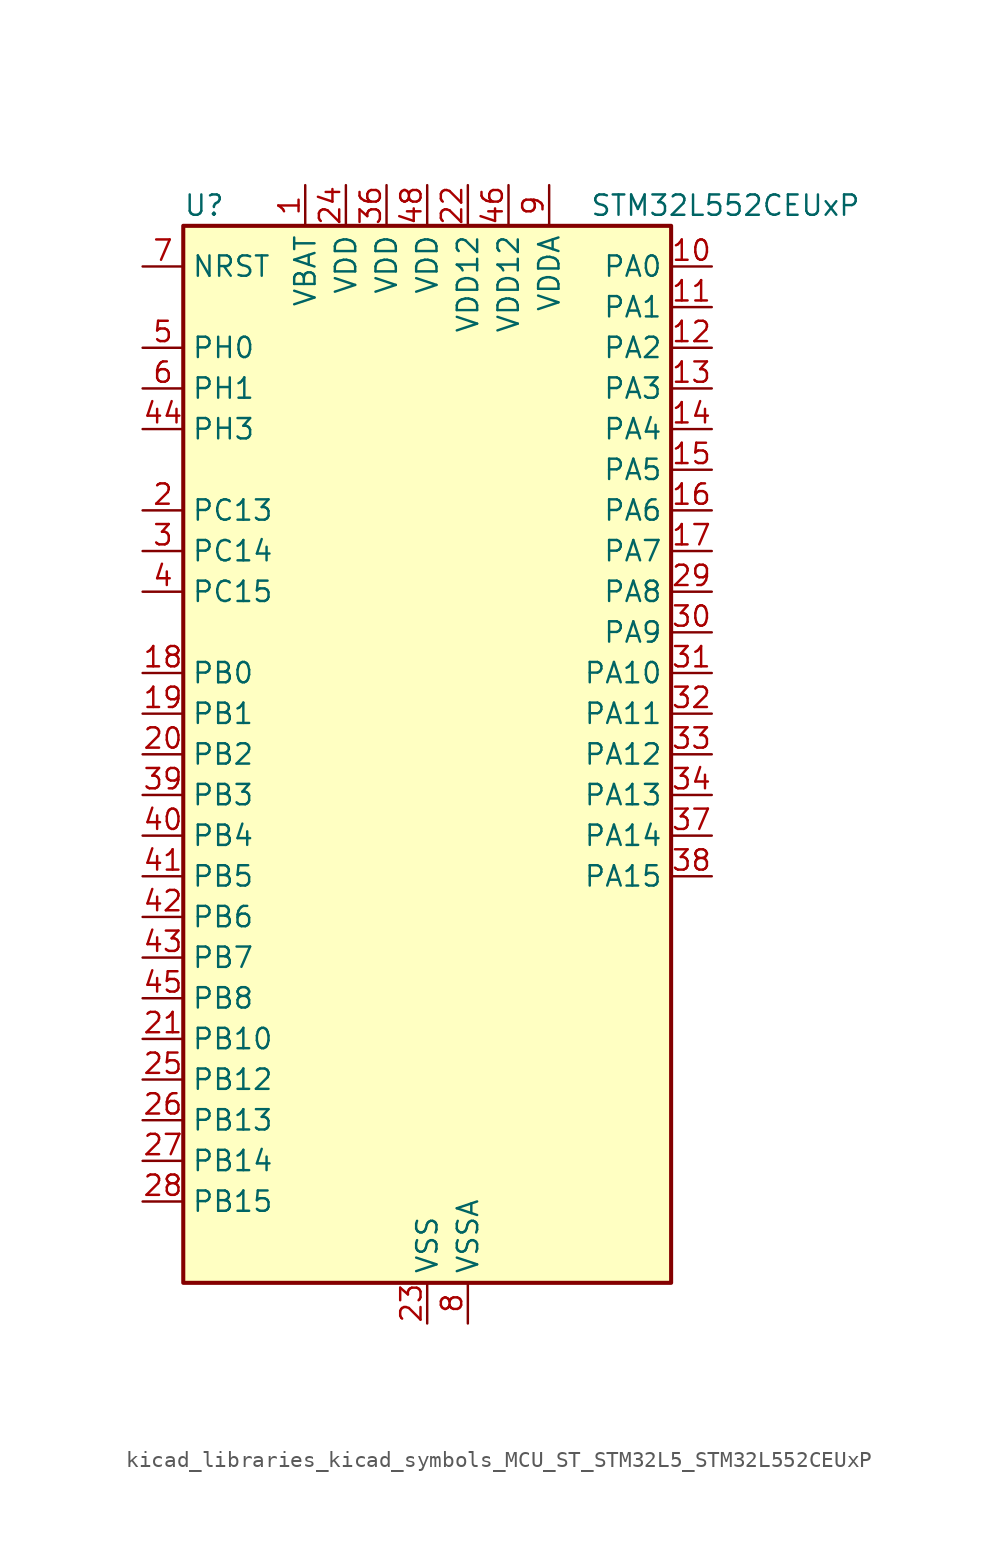
<source format=kicad_sym>
(kicad_symbol_lib
  (version 20220914)
  (generator kicad_symbol_editor)
  (symbol "kicad_libraries_kicad_symbols_MCU_ST_STM32L5_STM32L552CEUxP"
    (property "Reference" "U"
      (at -15.24 34.29 0)
      (effects (font (size 1.27 1.27)) (justify left)))
    (property "Value" "STM32L552CEUxP"
      (at 10.16 34.29 0)
      (effects (font (size 1.27 1.27)) (justify left)))
    (property "ki_locked" ""
      (at 0 0 0)
      (effects (font (size 1.27 1.27))))
    (symbol "kicad_libraries_kicad_symbols_MCU_ST_STM32L5_STM32L552CEUxP_0_1"
      (rectangle (start -15.24 -33.02) (end 15.24 33.02) (stroke (width 0.254) (type default)) (fill (type background))))
    (symbol "kicad_libraries_kicad_symbols_MCU_ST_STM32L5_STM32L552CEUxP_1_1"
      (pin power_in line (at -7.62 35.56 270) (length 2.54) (name "VBAT" (effects (font (size 1.27 1.27)))) (number "1" (effects (font (size 1.27 1.27)))))
      (pin bidirectional line (at 17.78 30.48 180) (length 2.54) (name "PA0" (effects (font (size 1.27 1.27)))) (number "10" (effects (font (size 1.27 1.27)))) (alternate "ADC1_IN5" bidirectional line) (alternate "ADC2_IN5" bidirectional line) (alternate "OPAMP1_VINP" bidirectional line) (alternate "PWR_WKUP1" bidirectional line) (alternate "SAI1_EXTCLK" bidirectional line) (alternate "TAMP_IN2" bidirectional line) (alternate "TAMP_OUT1" bidirectional line) (alternate "TIM2_CH1" bidirectional line) (alternate "TIM2_ETR" bidirectional line) (alternate "TIM5_CH1" bidirectional line) (alternate "TIM8_ETR" bidirectional line) (alternate "UART4_TX" bidirectional line) (alternate "USART2_CTS" bidirectional line) (alternate "USART2_NSS" bidirectional line))
      (pin bidirectional line (at 17.78 27.94 180) (length 2.54) (name "PA1" (effects (font (size 1.27 1.27)))) (number "11" (effects (font (size 1.27 1.27)))) (alternate "ADC1_IN6" bidirectional line) (alternate "ADC2_IN6" bidirectional line) (alternate "I2C1_SMBA" bidirectional line) (alternate "OCTOSPI1_DQS" bidirectional line) (alternate "OPAMP1_VINM" bidirectional line) (alternate "SPI1_SCK" bidirectional line) (alternate "TAMP_IN5" bidirectional line) (alternate "TAMP_OUT4" bidirectional line) (alternate "TIM15_CH1N" bidirectional line) (alternate "TIM2_CH2" bidirectional line) (alternate "TIM5_CH2" bidirectional line) (alternate "UART4_RX" bidirectional line) (alternate "USART2_DE" bidirectional line) (alternate "USART2_RTS" bidirectional line))
      (pin bidirectional line (at 17.78 25.4 180) (length 2.54) (name "PA2" (effects (font (size 1.27 1.27)))) (number "12" (effects (font (size 1.27 1.27)))) (alternate "ADC1_IN7" bidirectional line) (alternate "ADC2_IN7" bidirectional line) (alternate "COMP1_INP" bidirectional line) (alternate "LPUART1_TX" bidirectional line) (alternate "OCTOSPI1_NCS" bidirectional line) (alternate "PWR_WKUP4" bidirectional line) (alternate "RCC_LSCO" bidirectional line) (alternate "SAI2_EXTCLK" bidirectional line) (alternate "TIM15_CH1" bidirectional line) (alternate "TIM2_CH3" bidirectional line) (alternate "TIM5_CH3" bidirectional line) (alternate "UCPD1_FRSTX1" bidirectional line) (alternate "USART2_TX" bidirectional line))
      (pin bidirectional line (at 17.78 22.86 180) (length 2.54) (name "PA3" (effects (font (size 1.27 1.27)))) (number "13" (effects (font (size 1.27 1.27)))) (alternate "ADC1_IN8" bidirectional line) (alternate "ADC2_IN8" bidirectional line) (alternate "LPUART1_RX" bidirectional line) (alternate "OCTOSPI1_CLK" bidirectional line) (alternate "OPAMP1_VOUT" bidirectional line) (alternate "SAI1_CK1" bidirectional line) (alternate "SAI1_MCLK_A" bidirectional line) (alternate "TIM15_CH2" bidirectional line) (alternate "TIM2_CH4" bidirectional line) (alternate "TIM5_CH4" bidirectional line) (alternate "USART2_RX" bidirectional line))
      (pin bidirectional line (at 17.78 20.32 180) (length 2.54) (name "PA4" (effects (font (size 1.27 1.27)))) (number "14" (effects (font (size 1.27 1.27)))) (alternate "ADC1_IN9" bidirectional line) (alternate "ADC2_IN9" bidirectional line) (alternate "DAC1_OUT1" bidirectional line) (alternate "LPTIM2_OUT" bidirectional line) (alternate "OCTOSPI1_NCS" bidirectional line) (alternate "SAI1_FS_B" bidirectional line) (alternate "SPI1_NSS" bidirectional line) (alternate "SPI3_NSS" bidirectional line) (alternate "USART2_CK" bidirectional line))
      (pin bidirectional line (at 17.78 17.78 180) (length 2.54) (name "PA5" (effects (font (size 1.27 1.27)))) (number "15" (effects (font (size 1.27 1.27)))) (alternate "ADC1_IN10" bidirectional line) (alternate "ADC2_IN10" bidirectional line) (alternate "DAC1_OUT2" bidirectional line) (alternate "LPTIM2_ETR" bidirectional line) (alternate "SPI1_SCK" bidirectional line) (alternate "TIM2_CH1" bidirectional line) (alternate "TIM2_ETR" bidirectional line) (alternate "TIM8_CH1N" bidirectional line))
      (pin bidirectional line (at 17.78 15.24 180) (length 2.54) (name "PA6" (effects (font (size 1.27 1.27)))) (number "16" (effects (font (size 1.27 1.27)))) (alternate "ADC1_IN11" bidirectional line) (alternate "ADC2_IN11" bidirectional line) (alternate "LPUART1_CTS" bidirectional line) (alternate "OCTOSPI1_IO3" bidirectional line) (alternate "OPAMP2_VINP" bidirectional line) (alternate "SPI1_MISO" bidirectional line) (alternate "TIM16_CH1" bidirectional line) (alternate "TIM1_BKIN" bidirectional line) (alternate "TIM3_CH1" bidirectional line) (alternate "TIM8_BKIN" bidirectional line) (alternate "USART3_CTS" bidirectional line) (alternate "USART3_NSS" bidirectional line))
      (pin bidirectional line (at 17.78 12.7 180) (length 2.54) (name "PA7" (effects (font (size 1.27 1.27)))) (number "17" (effects (font (size 1.27 1.27)))) (alternate "ADC1_IN12" bidirectional line) (alternate "ADC2_IN12" bidirectional line) (alternate "I2C3_SCL" bidirectional line) (alternate "OCTOSPI1_IO2" bidirectional line) (alternate "OPAMP2_VINM" bidirectional line) (alternate "SPI1_MOSI" bidirectional line) (alternate "TIM17_CH1" bidirectional line) (alternate "TIM1_CH1N" bidirectional line) (alternate "TIM3_CH2" bidirectional line) (alternate "TIM8_CH1N" bidirectional line))
      (pin bidirectional line (at -17.78 5.08 0) (length 2.54) (name "PB0" (effects (font (size 1.27 1.27)))) (number "18" (effects (font (size 1.27 1.27)))) (alternate "ADC1_IN15" bidirectional line) (alternate "ADC2_IN15" bidirectional line) (alternate "COMP1_OUT" bidirectional line) (alternate "OCTOSPI1_IO1" bidirectional line) (alternate "OPAMP2_VOUT" bidirectional line) (alternate "SAI1_EXTCLK" bidirectional line) (alternate "SPI1_NSS" bidirectional line) (alternate "TIM1_CH2N" bidirectional line) (alternate "TIM3_CH3" bidirectional line) (alternate "TIM8_CH2N" bidirectional line) (alternate "USART3_CK" bidirectional line))
      (pin bidirectional line (at -17.78 2.54 0) (length 2.54) (name "PB1" (effects (font (size 1.27 1.27)))) (number "19" (effects (font (size 1.27 1.27)))) (alternate "ADC1_IN16" bidirectional line) (alternate "ADC2_IN16" bidirectional line) (alternate "COMP1_INM" bidirectional line) (alternate "DFSDM1_DATIN0" bidirectional line) (alternate "LPTIM2_IN1" bidirectional line) (alternate "LPUART1_DE" bidirectional line) (alternate "LPUART1_RTS" bidirectional line) (alternate "OCTOSPI1_IO0" bidirectional line) (alternate "TIM1_CH3N" bidirectional line) (alternate "TIM3_CH4" bidirectional line) (alternate "TIM8_CH3N" bidirectional line) (alternate "USART3_DE" bidirectional line) (alternate "USART3_RTS" bidirectional line))
      (pin bidirectional line (at -17.78 15.24 0) (length 2.54) (name "PC13" (effects (font (size 1.27 1.27)))) (number "2" (effects (font (size 1.27 1.27)))) (alternate "PWR_WKUP2" bidirectional line) (alternate "RTC_OUT1" bidirectional line) (alternate "RTC_TS" bidirectional line) (alternate "TAMP_IN1" bidirectional line) (alternate "TAMP_OUT2" bidirectional line))
      (pin bidirectional line (at -17.78 0 0) (length 2.54) (name "PB2" (effects (font (size 1.27 1.27)))) (number "20" (effects (font (size 1.27 1.27)))) (alternate "COMP1_INP" bidirectional line) (alternate "DFSDM1_CKIN0" bidirectional line) (alternate "I2C3_SMBA" bidirectional line) (alternate "LPTIM1_OUT" bidirectional line) (alternate "OCTOSPI1_DQS" bidirectional line) (alternate "RTC_OUT2" bidirectional line) (alternate "UCPD1_FRSTX1" bidirectional line))
      (pin bidirectional line (at -17.78 -17.78 0) (length 2.54) (name "PB10" (effects (font (size 1.27 1.27)))) (number "21" (effects (font (size 1.27 1.27)))) (alternate "COMP1_OUT" bidirectional line) (alternate "I2C2_SCL" bidirectional line) (alternate "I2C4_SCL" bidirectional line) (alternate "LPTIM3_OUT" bidirectional line) (alternate "LPUART1_RX" bidirectional line) (alternate "OCTOSPI1_CLK" bidirectional line) (alternate "SAI1_SCK_A" bidirectional line) (alternate "SPI2_SCK" bidirectional line) (alternate "TIM2_CH3" bidirectional line) (alternate "TSC_SYNC" bidirectional line) (alternate "USART3_TX" bidirectional line))
      (pin power_in line (at 2.54 35.56 270) (length 2.54) (name "VDD12" (effects (font (size 1.27 1.27)))) (number "22" (effects (font (size 1.27 1.27)))))
      (pin power_in line (at 0 -35.56 90) (length 2.54) (name "VSS" (effects (font (size 1.27 1.27)))) (number "23" (effects (font (size 1.27 1.27)))))
      (pin power_in line (at -5.08 35.56 270) (length 2.54) (name "VDD" (effects (font (size 1.27 1.27)))) (number "24" (effects (font (size 1.27 1.27)))))
      (pin bidirectional line (at -17.78 -20.32 0) (length 2.54) (name "PB12" (effects (font (size 1.27 1.27)))) (number "25" (effects (font (size 1.27 1.27)))) (alternate "DFSDM1_DATIN1" bidirectional line) (alternate "I2C2_SMBA" bidirectional line) (alternate "LPUART1_DE" bidirectional line) (alternate "LPUART1_RTS" bidirectional line) (alternate "OCTOSPI1_NCLK" bidirectional line) (alternate "SAI2_FS_A" bidirectional line) (alternate "SPI2_NSS" bidirectional line) (alternate "TIM15_BKIN" bidirectional line) (alternate "TIM1_BKIN" bidirectional line) (alternate "TSC_G1_IO1" bidirectional line) (alternate "USART3_CK" bidirectional line))
      (pin bidirectional line (at -17.78 -22.86 0) (length 2.54) (name "PB13" (effects (font (size 1.27 1.27)))) (number "26" (effects (font (size 1.27 1.27)))) (alternate "DFSDM1_CKIN1" bidirectional line) (alternate "I2C2_SCL" bidirectional line) (alternate "LPTIM3_IN1" bidirectional line) (alternate "LPUART1_CTS" bidirectional line) (alternate "SAI2_SCK_A" bidirectional line) (alternate "SPI2_SCK" bidirectional line) (alternate "TIM15_CH1N" bidirectional line) (alternate "TIM1_CH1N" bidirectional line) (alternate "TSC_G1_IO2" bidirectional line) (alternate "UCPD1_FRSTX2" bidirectional line) (alternate "USART3_CTS" bidirectional line) (alternate "USART3_NSS" bidirectional line))
      (pin bidirectional line (at -17.78 -25.4 0) (length 2.54) (name "PB14" (effects (font (size 1.27 1.27)))) (number "27" (effects (font (size 1.27 1.27)))) (alternate "DFSDM1_DATIN2" bidirectional line) (alternate "I2C2_SDA" bidirectional line) (alternate "LPTIM3_ETR" bidirectional line) (alternate "SAI2_MCLK_A" bidirectional line) (alternate "SPI2_MISO" bidirectional line) (alternate "TIM15_CH1" bidirectional line) (alternate "TIM1_CH2N" bidirectional line) (alternate "TIM8_CH2N" bidirectional line) (alternate "TSC_G1_IO3" bidirectional line) (alternate "UCPD1_DBCC2" bidirectional line) (alternate "USART3_DE" bidirectional line) (alternate "USART3_RTS" bidirectional line))
      (pin bidirectional line (at -17.78 -27.94 0) (length 2.54) (name "PB15" (effects (font (size 1.27 1.27)))) (number "28" (effects (font (size 1.27 1.27)))) (alternate "ADC1_EXTI15" bidirectional line) (alternate "ADC2_EXTI15" bidirectional line) (alternate "DFSDM1_CKIN2" bidirectional line) (alternate "RTC_REFIN" bidirectional line) (alternate "SAI2_SD_A" bidirectional line) (alternate "SPI2_MOSI" bidirectional line) (alternate "TIM15_CH2" bidirectional line) (alternate "TIM1_CH3N" bidirectional line) (alternate "TIM8_CH3N" bidirectional line) (alternate "UCPD1_CC2" bidirectional line))
      (pin bidirectional line (at 17.78 10.16 180) (length 2.54) (name "PA8" (effects (font (size 1.27 1.27)))) (number "29" (effects (font (size 1.27 1.27)))) (alternate "LPTIM2_OUT" bidirectional line) (alternate "RCC_MCO" bidirectional line) (alternate "SAI1_CK2" bidirectional line) (alternate "SAI1_SCK_A" bidirectional line) (alternate "TIM1_CH1" bidirectional line) (alternate "USART1_CK" bidirectional line))
      (pin bidirectional line (at -17.78 12.7 0) (length 2.54) (name "PC14" (effects (font (size 1.27 1.27)))) (number "3" (effects (font (size 1.27 1.27)))) (alternate "RCC_OSC32_IN" bidirectional line))
      (pin bidirectional line (at 17.78 7.62 180) (length 2.54) (name "PA9" (effects (font (size 1.27 1.27)))) (number "30" (effects (font (size 1.27 1.27)))) (alternate "DAC1_EXTI9" bidirectional line) (alternate "SAI1_FS_A" bidirectional line) (alternate "SPI2_SCK" bidirectional line) (alternate "TIM15_BKIN" bidirectional line) (alternate "TIM1_CH2" bidirectional line) (alternate "USART1_TX" bidirectional line))
      (pin bidirectional line (at 17.78 5.08 180) (length 2.54) (name "PA10" (effects (font (size 1.27 1.27)))) (number "31" (effects (font (size 1.27 1.27)))) (alternate "CRS_SYNC" bidirectional line) (alternate "SAI1_D1" bidirectional line) (alternate "SAI1_SD_A" bidirectional line) (alternate "TIM17_BKIN" bidirectional line) (alternate "TIM1_CH3" bidirectional line) (alternate "USART1_RX" bidirectional line))
      (pin bidirectional line (at 17.78 2.54 180) (length 2.54) (name "PA11" (effects (font (size 1.27 1.27)))) (number "32" (effects (font (size 1.27 1.27)))) (alternate "ADC1_EXTI11" bidirectional line) (alternate "ADC2_EXTI11" bidirectional line) (alternate "FDCAN1_RX" bidirectional line) (alternate "SPI1_MISO" bidirectional line) (alternate "TIM1_BKIN2" bidirectional line) (alternate "TIM1_CH4" bidirectional line) (alternate "USART1_CTS" bidirectional line) (alternate "USART1_NSS" bidirectional line) (alternate "USB_DM" bidirectional line))
      (pin bidirectional line (at 17.78 0 180) (length 2.54) (name "PA12" (effects (font (size 1.27 1.27)))) (number "33" (effects (font (size 1.27 1.27)))) (alternate "FDCAN1_TX" bidirectional line) (alternate "SPI1_MOSI" bidirectional line) (alternate "TIM1_ETR" bidirectional line) (alternate "USART1_DE" bidirectional line) (alternate "USART1_RTS" bidirectional line) (alternate "USB_DP" bidirectional line))
      (pin bidirectional line (at 17.78 -2.54 180) (length 2.54) (name "PA13" (effects (font (size 1.27 1.27)))) (number "34" (effects (font (size 1.27 1.27)))) (alternate "DEBUG_JTMS-SWDIO" bidirectional line) (alternate "IR_OUT" bidirectional line) (alternate "SAI1_SD_B" bidirectional line) (alternate "USB_NOE" bidirectional line))
      (pin passive line (at 0 -35.56 90) (length 2.54) hide (name "VSS" (effects (font (size 1.27 1.27)))) (number "35" (effects (font (size 1.27 1.27)))))
      (pin power_in line (at -2.54 35.56 270) (length 2.54) (name "VDD" (effects (font (size 1.27 1.27)))) (number "36" (effects (font (size 1.27 1.27)))))
      (pin bidirectional line (at 17.78 -5.08 180) (length 2.54) (name "PA14" (effects (font (size 1.27 1.27)))) (number "37" (effects (font (size 1.27 1.27)))) (alternate "DEBUG_JTCK-SWCLK" bidirectional line) (alternate "I2C1_SMBA" bidirectional line) (alternate "I2C4_SMBA" bidirectional line) (alternate "LPTIM1_OUT" bidirectional line) (alternate "SAI1_FS_B" bidirectional line))
      (pin bidirectional line (at 17.78 -7.62 180) (length 2.54) (name "PA15" (effects (font (size 1.27 1.27)))) (number "38" (effects (font (size 1.27 1.27)))) (alternate "ADC1_EXTI15" bidirectional line) (alternate "ADC2_EXTI15" bidirectional line) (alternate "DEBUG_JTDI" bidirectional line) (alternate "SAI2_FS_B" bidirectional line) (alternate "SPI1_NSS" bidirectional line) (alternate "SPI3_NSS" bidirectional line) (alternate "TIM2_CH1" bidirectional line) (alternate "TIM2_ETR" bidirectional line) (alternate "UART4_DE" bidirectional line) (alternate "UART4_RTS" bidirectional line) (alternate "UCPD1_CC1" bidirectional line) (alternate "USART2_RX" bidirectional line) (alternate "USART3_DE" bidirectional line) (alternate "USART3_RTS" bidirectional line))
      (pin bidirectional line (at -17.78 -2.54 0) (length 2.54) (name "PB3" (effects (font (size 1.27 1.27)))) (number "39" (effects (font (size 1.27 1.27)))) (alternate "COMP2_INM" bidirectional line) (alternate "CRS_SYNC" bidirectional line) (alternate "DEBUG_JTDO-SWO" bidirectional line) (alternate "SAI1_SCK_B" bidirectional line) (alternate "SPI1_SCK" bidirectional line) (alternate "SPI3_SCK" bidirectional line) (alternate "TIM2_CH2" bidirectional line) (alternate "USART1_DE" bidirectional line) (alternate "USART1_RTS" bidirectional line))
      (pin bidirectional line (at -17.78 10.16 0) (length 2.54) (name "PC15" (effects (font (size 1.27 1.27)))) (number "4" (effects (font (size 1.27 1.27)))) (alternate "ADC1_EXTI15" bidirectional line) (alternate "ADC2_EXTI15" bidirectional line) (alternate "RCC_OSC32_OUT" bidirectional line))
      (pin bidirectional line (at -17.78 -5.08 0) (length 2.54) (name "PB4" (effects (font (size 1.27 1.27)))) (number "40" (effects (font (size 1.27 1.27)))) (alternate "COMP2_INP" bidirectional line) (alternate "DEBUG_JTRST" bidirectional line) (alternate "I2C3_SDA" bidirectional line) (alternate "SAI1_MCLK_B" bidirectional line) (alternate "SPI1_MISO" bidirectional line) (alternate "SPI3_MISO" bidirectional line) (alternate "TIM17_BKIN" bidirectional line) (alternate "TIM3_CH1" bidirectional line) (alternate "TSC_G2_IO1" bidirectional line) (alternate "USART1_CTS" bidirectional line) (alternate "USART1_NSS" bidirectional line))
      (pin bidirectional line (at -17.78 -7.62 0) (length 2.54) (name "PB5" (effects (font (size 1.27 1.27)))) (number "41" (effects (font (size 1.27 1.27)))) (alternate "COMP2_OUT" bidirectional line) (alternate "I2C1_SMBA" bidirectional line) (alternate "LPTIM1_IN1" bidirectional line) (alternate "OCTOSPI1_NCLK" bidirectional line) (alternate "SAI1_SD_B" bidirectional line) (alternate "SPI1_MOSI" bidirectional line) (alternate "SPI3_MOSI" bidirectional line) (alternate "TIM16_BKIN" bidirectional line) (alternate "TIM3_CH2" bidirectional line) (alternate "TSC_G2_IO2" bidirectional line) (alternate "UCPD1_DBCC1" bidirectional line) (alternate "USART1_CK" bidirectional line))
      (pin bidirectional line (at -17.78 -10.16 0) (length 2.54) (name "PB6" (effects (font (size 1.27 1.27)))) (number "42" (effects (font (size 1.27 1.27)))) (alternate "COMP2_INP" bidirectional line) (alternate "I2C1_SCL" bidirectional line) (alternate "I2C4_SCL" bidirectional line) (alternate "LPTIM1_ETR" bidirectional line) (alternate "SAI1_FS_B" bidirectional line) (alternate "TIM16_CH1N" bidirectional line) (alternate "TIM4_CH1" bidirectional line) (alternate "TIM8_BKIN2" bidirectional line) (alternate "TSC_G2_IO3" bidirectional line) (alternate "USART1_TX" bidirectional line))
      (pin bidirectional line (at -17.78 -12.7 0) (length 2.54) (name "PB7" (effects (font (size 1.27 1.27)))) (number "43" (effects (font (size 1.27 1.27)))) (alternate "COMP2_INM" bidirectional line) (alternate "I2C1_SDA" bidirectional line) (alternate "I2C4_SDA" bidirectional line) (alternate "LPTIM1_IN2" bidirectional line) (alternate "PWR_PVD_IN" bidirectional line) (alternate "TIM17_CH1N" bidirectional line) (alternate "TIM4_CH2" bidirectional line) (alternate "TIM8_BKIN" bidirectional line) (alternate "TSC_G2_IO4" bidirectional line) (alternate "UART4_CTS" bidirectional line) (alternate "USART1_RX" bidirectional line))
      (pin bidirectional line (at -17.78 20.32 0) (length 2.54) (name "PH3" (effects (font (size 1.27 1.27)))) (number "44" (effects (font (size 1.27 1.27)))))
      (pin bidirectional line (at -17.78 -15.24 0) (length 2.54) (name "PB8" (effects (font (size 1.27 1.27)))) (number "45" (effects (font (size 1.27 1.27)))) (alternate "DFSDM1_CKOUT" bidirectional line) (alternate "FDCAN1_RX" bidirectional line) (alternate "I2C1_SCL" bidirectional line) (alternate "SAI1_CK1" bidirectional line) (alternate "SAI1_MCLK_A" bidirectional line) (alternate "TIM16_CH1" bidirectional line) (alternate "TIM4_CH3" bidirectional line))
      (pin power_in line (at 5.08 35.56 270) (length 2.54) (name "VDD12" (effects (font (size 1.27 1.27)))) (number "46" (effects (font (size 1.27 1.27)))))
      (pin passive line (at 0 -35.56 90) (length 2.54) hide (name "VSS" (effects (font (size 1.27 1.27)))) (number "47" (effects (font (size 1.27 1.27)))))
      (pin power_in line (at 0 35.56 270) (length 2.54) (name "VDD" (effects (font (size 1.27 1.27)))) (number "48" (effects (font (size 1.27 1.27)))))
      (pin passive line (at 0 -35.56 90) (length 2.54) hide (name "VSS" (effects (font (size 1.27 1.27)))) (number "49" (effects (font (size 1.27 1.27)))))
      (pin bidirectional line (at -17.78 25.4 0) (length 2.54) (name "PH0" (effects (font (size 1.27 1.27)))) (number "5" (effects (font (size 1.27 1.27)))) (alternate "RCC_OSC_IN" bidirectional line))
      (pin bidirectional line (at -17.78 22.86 0) (length 2.54) (name "PH1" (effects (font (size 1.27 1.27)))) (number "6" (effects (font (size 1.27 1.27)))) (alternate "RCC_OSC_OUT" bidirectional line))
      (pin input line (at -17.78 30.48 0) (length 2.54) (name "NRST" (effects (font (size 1.27 1.27)))) (number "7" (effects (font (size 1.27 1.27)))))
      (pin power_in line (at 2.54 -35.56 90) (length 2.54) (name "VSSA" (effects (font (size 1.27 1.27)))) (number "8" (effects (font (size 1.27 1.27)))))
      (pin power_in line (at 7.62 35.56 270) (length 2.54) (name "VDDA" (effects (font (size 1.27 1.27)))) (number "9" (effects (font (size 1.27 1.27))))))))
</source>
